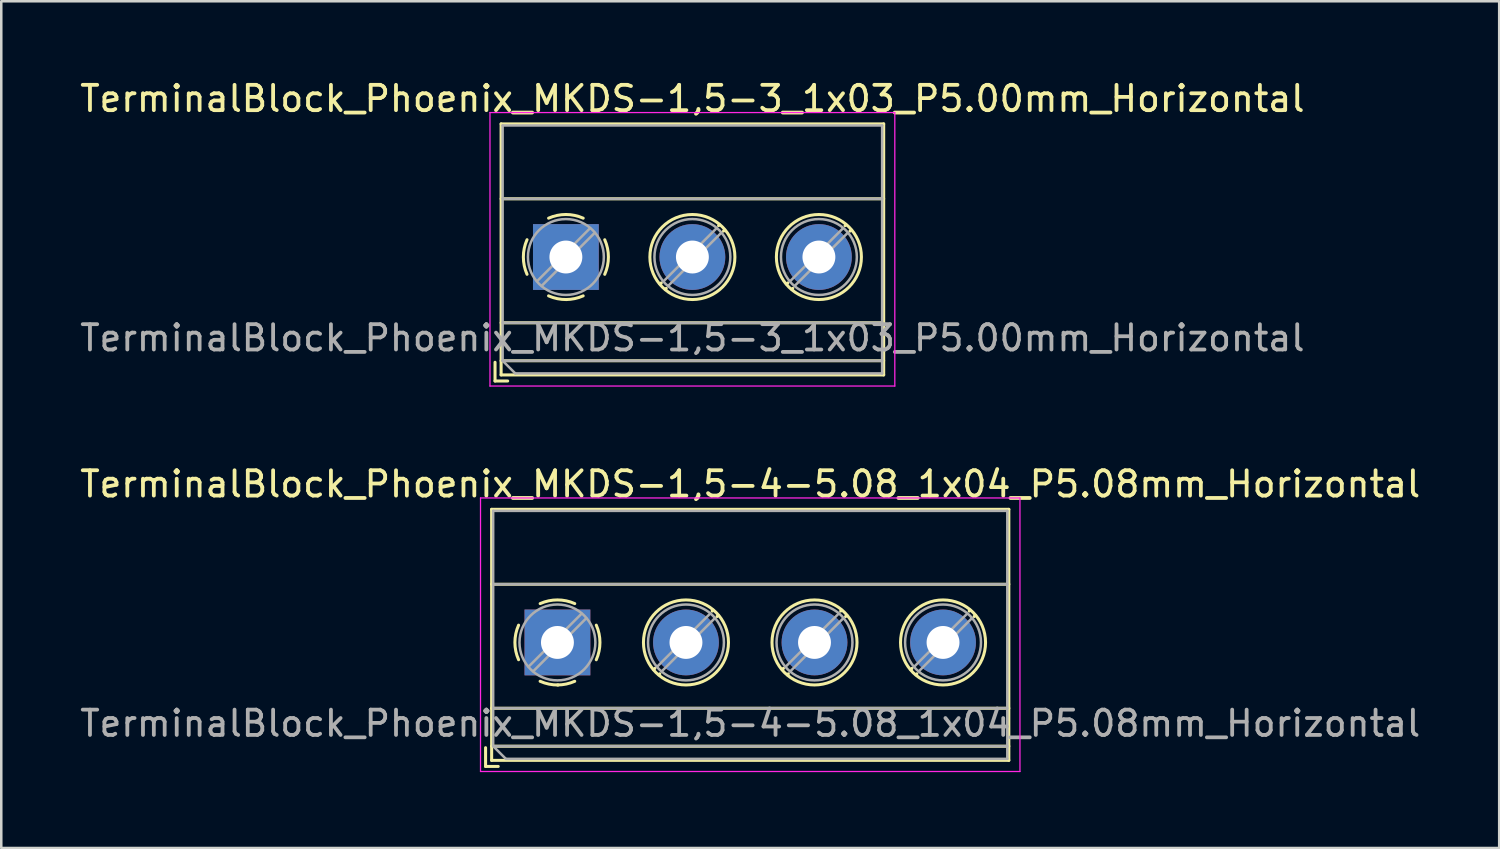
<source format=kicad_pcb>
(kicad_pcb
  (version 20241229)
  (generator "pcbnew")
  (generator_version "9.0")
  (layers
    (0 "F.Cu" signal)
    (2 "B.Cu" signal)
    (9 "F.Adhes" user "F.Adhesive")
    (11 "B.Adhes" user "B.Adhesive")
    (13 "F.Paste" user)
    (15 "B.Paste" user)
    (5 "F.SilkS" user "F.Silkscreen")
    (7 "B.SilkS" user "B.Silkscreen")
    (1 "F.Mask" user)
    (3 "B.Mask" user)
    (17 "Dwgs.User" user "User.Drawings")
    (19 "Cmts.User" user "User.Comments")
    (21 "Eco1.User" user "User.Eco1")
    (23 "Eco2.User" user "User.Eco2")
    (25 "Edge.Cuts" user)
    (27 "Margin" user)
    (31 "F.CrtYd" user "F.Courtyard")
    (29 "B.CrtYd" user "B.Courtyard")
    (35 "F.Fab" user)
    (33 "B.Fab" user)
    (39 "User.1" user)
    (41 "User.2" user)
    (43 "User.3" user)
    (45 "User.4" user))
  (footprint "TerminalBlock_Phoenix_MKDS-1,5-3_1x03_P5.00mm_Horizontal"
    (layer "F.Cu")
    (at 19.315 7.108)
    (property "Reference" "TerminalBlock_Phoenix_MKDS-1,5-3_1x03_P5.00mm_Horizontal" (at 5 -6.26 0) (layer "F.SilkS") (effects (font (size 1 1) (thickness 0.15))))
    (attr through_hole)
    (fp_line (start -2.8 4.16) (end -2.8 4.9) (stroke (width 0.12) (type solid)) (layer "F.SilkS"))
    (fp_line (start -2.8 4.9) (end -2.3 4.9) (stroke (width 0.12) (type solid)) (layer "F.SilkS"))
    (fp_line (start -2.56 -5.261) (end -2.56 4.66) (stroke (width 0.12) (type solid)) (layer "F.SilkS"))
    (fp_line (start -2.56 -5.261) (end 12.56 -5.261) (stroke (width 0.12) (type solid)) (layer "F.SilkS"))
    (fp_line (start -2.56 -2.301) (end 12.56 -2.301) (stroke (width 0.12) (type solid)) (layer "F.SilkS"))
    (fp_line (start -2.56 2.6) (end 12.56 2.6) (stroke (width 0.12) (type solid)) (layer "F.SilkS"))
    (fp_line (start -2.56 4.1) (end 12.56 4.1) (stroke (width 0.12) (type solid)) (layer "F.SilkS"))
    (fp_line (start -2.56 4.66) (end 12.56 4.66) (stroke (width 0.12) (type solid)) (layer "F.SilkS"))
    (fp_line (start 3.773 1.023) (end 3.726 1.069) (stroke (width 0.12) (type solid)) (layer "F.SilkS"))
    (fp_line (start 3.966 1.239) (end 3.931 1.274) (stroke (width 0.12) (type solid)) (layer "F.SilkS"))
    (fp_line (start 6.07 -1.275) (end 6.035 -1.239) (stroke (width 0.12) (type solid)) (layer "F.SilkS"))
    (fp_line (start 6.275 -1.069) (end 6.228 -1.023) (stroke (width 0.12) (type solid)) (layer "F.SilkS"))
    (fp_line (start 8.773 1.023) (end 8.726 1.069) (stroke (width 0.12) (type solid)) (layer "F.SilkS"))
    (fp_line (start 8.966 1.239) (end 8.931 1.274) (stroke (width 0.12) (type solid)) (layer "F.SilkS"))
    (fp_line (start 11.07 -1.275) (end 11.035 -1.239) (stroke (width 0.12) (type solid)) (layer "F.SilkS"))
    (fp_line (start 11.275 -1.069) (end 11.228 -1.023) (stroke (width 0.12) (type solid)) (layer "F.SilkS"))
    (fp_line (start 12.56 -5.261) (end 12.56 4.66) (stroke (width 0.12) (type solid)) (layer "F.SilkS"))
    (fp_arc (start -1.535427 0.683042) (mid -1.680501 -0.000524) (end -1.535 -0.684) (stroke (width 0.12) (type solid)) (layer "F.SilkS"))
    (fp_arc (start -0.683042 -1.535427) (mid 0.000524 -1.680501) (end 0.684 -1.535) (stroke (width 0.12) (type solid)) (layer "F.SilkS"))
    (fp_arc (start 0.028805 1.680253) (mid -0.335551 1.646659) (end -0.684 1.535) (stroke (width 0.12) (type solid)) (layer "F.SilkS"))
    (fp_arc (start 0.683318 1.534756) (mid 0.349292 1.643288) (end 0 1.68) (stroke (width 0.12) (type solid)) (layer "F.SilkS"))
    (fp_arc (start 1.535427 -0.683042) (mid 1.680501 0.000524) (end 1.535 0.684) (stroke (width 0.12) (type solid)) (layer "F.SilkS"))
    (fp_circle (center 5 0) (end 6.68 0) (stroke (width 0.12) (type solid)) (fill no) (layer "F.SilkS"))
    (fp_circle (center 10 0) (end 11.68 0) (stroke (width 0.12) (type solid)) (fill no) (layer "F.SilkS"))
    (fp_line (start -3 -5.71) (end -3 5.1) (stroke (width 0.05) (type solid)) (layer "F.CrtYd"))
    (fp_line (start -3 5.1) (end 13 5.1) (stroke (width 0.05) (type solid)) (layer "F.CrtYd"))
    (fp_line (start 13 -5.71) (end -3 -5.71) (stroke (width 0.05) (type solid)) (layer "F.CrtYd"))
    (fp_line (start 13 5.1) (end 13 -5.71) (stroke (width 0.05) (type solid)) (layer "F.CrtYd"))
    (fp_line (start -2.5 -5.2) (end 12.5 -5.2) (stroke (width 0.1) (type solid)) (layer "F.Fab"))
    (fp_line (start -2.5 -2.3) (end 12.5 -2.3) (stroke (width 0.1) (type solid)) (layer "F.Fab"))
    (fp_line (start -2.5 2.6) (end 12.5 2.6) (stroke (width 0.1) (type solid)) (layer "F.Fab"))
    (fp_line (start -2.5 4.1) (end -2.5 -5.2) (stroke (width 0.1) (type solid)) (layer "F.Fab"))
    (fp_line (start -2.5 4.1) (end 12.5 4.1) (stroke (width 0.1) (type solid)) (layer "F.Fab"))
    (fp_line (start -2 4.6) (end -2.5 4.1) (stroke (width 0.1) (type solid)) (layer "F.Fab"))
    (fp_line (start 0.955 -1.138) (end -1.138 0.955) (stroke (width 0.1) (type solid)) (layer "F.Fab"))
    (fp_line (start 1.138 -0.955) (end -0.955 1.138) (stroke (width 0.1) (type solid)) (layer "F.Fab"))
    (fp_line (start 5.955 -1.138) (end 3.863 0.955) (stroke (width 0.1) (type solid)) (layer "F.Fab"))
    (fp_line (start 6.138 -0.955) (end 4.046 1.138) (stroke (width 0.1) (type solid)) (layer "F.Fab"))
    (fp_line (start 10.955 -1.138) (end 8.863 0.955) (stroke (width 0.1) (type solid)) (layer "F.Fab"))
    (fp_line (start 11.138 -0.955) (end 9.046 1.138) (stroke (width 0.1) (type solid)) (layer "F.Fab"))
    (fp_line (start 12.5 -5.2) (end 12.5 4.6) (stroke (width 0.1) (type solid)) (layer "F.Fab"))
    (fp_line (start 12.5 4.6) (end -2 4.6) (stroke (width 0.1) (type solid)) (layer "F.Fab"))
    (fp_circle (center 0 0) (end 1.5 0) (stroke (width 0.1) (type solid)) (fill no) (layer "F.Fab"))
    (fp_circle (center 5 0) (end 6.5 0) (stroke (width 0.1) (type solid)) (fill no) (layer "F.Fab"))
    (fp_circle (center 10 0) (end 11.5 0) (stroke (width 0.1) (type solid)) (fill no) (layer "F.Fab"))
    (fp_text user "${REFERENCE}" (at 5 3.2 0) (layer "F.Fab") (effects (font (size 1 1) (thickness 0.15))))
    (pad "1" thru_hole rect (at 0 0) (size 2.6 2.6) (drill 1.3) (layers "*.Cu" "*.Mask"))
    (pad "2" thru_hole circle (at 5 0) (size 2.6 2.6) (drill 1.3) (layers "*.Cu" "*.Mask"))
    (pad "3" thru_hole circle (at 10 0) (size 2.6 2.6) (drill 1.3) (layers "*.Cu" "*.Mask")))
  (footprint "TerminalBlock_Phoenix_MKDS-1,5-4-5.08_1x04_P5.08mm_Horizontal"
    (layer "F.Cu")
    (at 18.981 22.341)
    (property "Reference" "TerminalBlock_Phoenix_MKDS-1,5-4-5.08_1x04_P5.08mm_Horizontal" (at 7.62 -6.26 0) (layer "F.SilkS") (effects (font (size 1 1) (thickness 0.15))))
    (attr through_hole)
    (fp_line (start -2.84 4.16) (end -2.84 4.9) (stroke (width 0.12) (type solid)) (layer "F.SilkS"))
    (fp_line (start -2.84 4.9) (end -2.34 4.9) (stroke (width 0.12) (type solid)) (layer "F.SilkS"))
    (fp_line (start -2.6 -5.261) (end -2.6 4.66) (stroke (width 0.12) (type solid)) (layer "F.SilkS"))
    (fp_line (start -2.6 -5.261) (end 17.84 -5.261) (stroke (width 0.12) (type solid)) (layer "F.SilkS"))
    (fp_line (start -2.6 -2.301) (end 17.84 -2.301) (stroke (width 0.12) (type solid)) (layer "F.SilkS"))
    (fp_line (start -2.6 2.6) (end 17.84 2.6) (stroke (width 0.12) (type solid)) (layer "F.SilkS"))
    (fp_line (start -2.6 4.1) (end 17.84 4.1) (stroke (width 0.12) (type solid)) (layer "F.SilkS"))
    (fp_line (start -2.6 4.66) (end 17.84 4.66) (stroke (width 0.12) (type solid)) (layer "F.SilkS"))
    (fp_line (start 3.853 1.023) (end 3.806 1.069) (stroke (width 0.12) (type solid)) (layer "F.SilkS"))
    (fp_line (start 4.046 1.239) (end 4.011 1.274) (stroke (width 0.12) (type solid)) (layer "F.SilkS"))
    (fp_line (start 6.15 -1.275) (end 6.115 -1.239) (stroke (width 0.12) (type solid)) (layer "F.SilkS"))
    (fp_line (start 6.355 -1.069) (end 6.308 -1.023) (stroke (width 0.12) (type solid)) (layer "F.SilkS"))
    (fp_line (start 8.933 1.023) (end 8.886 1.069) (stroke (width 0.12) (type solid)) (layer "F.SilkS"))
    (fp_line (start 9.126 1.239) (end 9.091 1.274) (stroke (width 0.12) (type solid)) (layer "F.SilkS"))
    (fp_line (start 11.23 -1.275) (end 11.195 -1.239) (stroke (width 0.12) (type solid)) (layer "F.SilkS"))
    (fp_line (start 11.435 -1.069) (end 11.388 -1.023) (stroke (width 0.12) (type solid)) (layer "F.SilkS"))
    (fp_line (start 14.013 1.023) (end 13.966 1.069) (stroke (width 0.12) (type solid)) (layer "F.SilkS"))
    (fp_line (start 14.206 1.239) (end 14.171 1.274) (stroke (width 0.12) (type solid)) (layer "F.SilkS"))
    (fp_line (start 16.31 -1.275) (end 16.275 -1.239) (stroke (width 0.12) (type solid)) (layer "F.SilkS"))
    (fp_line (start 16.515 -1.069) (end 16.468 -1.023) (stroke (width 0.12) (type solid)) (layer "F.SilkS"))
    (fp_line (start 17.84 -5.261) (end 17.84 4.66) (stroke (width 0.12) (type solid)) (layer "F.SilkS"))
    (fp_arc (start -1.535427 0.683042) (mid -1.680501 -0.000524) (end -1.535 -0.684) (stroke (width 0.12) (type solid)) (layer "F.SilkS"))
    (fp_arc (start -0.683042 -1.535427) (mid 0.000524 -1.680501) (end 0.684 -1.535) (stroke (width 0.12) (type solid)) (layer "F.SilkS"))
    (fp_arc (start 0.028805 1.680253) (mid -0.335551 1.646659) (end -0.684 1.535) (stroke (width 0.12) (type solid)) (layer "F.SilkS"))
    (fp_arc (start 0.683318 1.534756) (mid 0.349292 1.643288) (end 0 1.68) (stroke (width 0.12) (type solid)) (layer "F.SilkS"))
    (fp_arc (start 1.535427 -0.683042) (mid 1.680501 0.000524) (end 1.535 0.684) (stroke (width 0.12) (type solid)) (layer "F.SilkS"))
    (fp_circle (center 5.08 0) (end 6.76 0) (stroke (width 0.12) (type solid)) (fill no) (layer "F.SilkS"))
    (fp_circle (center 10.16 0) (end 11.84 0) (stroke (width 0.12) (type solid)) (fill no) (layer "F.SilkS"))
    (fp_circle (center 15.24 0) (end 16.92 0) (stroke (width 0.12) (type solid)) (fill no) (layer "F.SilkS"))
    (fp_line (start -3.04 -5.71) (end -3.04 5.1) (stroke (width 0.05) (type solid)) (layer "F.CrtYd"))
    (fp_line (start -3.04 5.1) (end 18.28 5.1) (stroke (width 0.05) (type solid)) (layer "F.CrtYd"))
    (fp_line (start 18.28 -5.71) (end -3.04 -5.71) (stroke (width 0.05) (type solid)) (layer "F.CrtYd"))
    (fp_line (start 18.28 5.1) (end 18.28 -5.71) (stroke (width 0.05) (type solid)) (layer "F.CrtYd"))
    (fp_line (start -2.54 -5.2) (end 17.78 -5.2) (stroke (width 0.1) (type solid)) (layer "F.Fab"))
    (fp_line (start -2.54 -2.3) (end 17.78 -2.3) (stroke (width 0.1) (type solid)) (layer "F.Fab"))
    (fp_line (start -2.54 2.6) (end 17.78 2.6) (stroke (width 0.1) (type solid)) (layer "F.Fab"))
    (fp_line (start -2.54 4.1) (end -2.54 -5.2) (stroke (width 0.1) (type solid)) (layer "F.Fab"))
    (fp_line (start -2.54 4.1) (end 17.78 4.1) (stroke (width 0.1) (type solid)) (layer "F.Fab"))
    (fp_line (start -2.04 4.6) (end -2.54 4.1) (stroke (width 0.1) (type solid)) (layer "F.Fab"))
    (fp_line (start 0.955 -1.138) (end -1.138 0.955) (stroke (width 0.1) (type solid)) (layer "F.Fab"))
    (fp_line (start 1.138 -0.955) (end -0.955 1.138) (stroke (width 0.1) (type solid)) (layer "F.Fab"))
    (fp_line (start 6.035 -1.138) (end 3.943 0.955) (stroke (width 0.1) (type solid)) (layer "F.Fab"))
    (fp_line (start 6.218 -0.955) (end 4.126 1.138) (stroke (width 0.1) (type solid)) (layer "F.Fab"))
    (fp_line (start 11.115 -1.138) (end 9.023 0.955) (stroke (width 0.1) (type solid)) (layer "F.Fab"))
    (fp_line (start 11.298 -0.955) (end 9.206 1.138) (stroke (width 0.1) (type solid)) (layer "F.Fab"))
    (fp_line (start 16.195 -1.138) (end 14.103 0.955) (stroke (width 0.1) (type solid)) (layer "F.Fab"))
    (fp_line (start 16.378 -0.955) (end 14.286 1.138) (stroke (width 0.1) (type solid)) (layer "F.Fab"))
    (fp_line (start 17.78 -5.2) (end 17.78 4.6) (stroke (width 0.1) (type solid)) (layer "F.Fab"))
    (fp_line (start 17.78 4.6) (end -2.04 4.6) (stroke (width 0.1) (type solid)) (layer "F.Fab"))
    (fp_circle (center 0 0) (end 1.5 0) (stroke (width 0.1) (type solid)) (fill no) (layer "F.Fab"))
    (fp_circle (center 5.08 0) (end 6.58 0) (stroke (width 0.1) (type solid)) (fill no) (layer "F.Fab"))
    (fp_circle (center 10.16 0) (end 11.66 0) (stroke (width 0.1) (type solid)) (fill no) (layer "F.Fab"))
    (fp_circle (center 15.24 0) (end 16.74 0) (stroke (width 0.1) (type solid)) (fill no) (layer "F.Fab"))
    (fp_text user "${REFERENCE}" (at 7.62 3.2 0) (layer "F.Fab") (effects (font (size 1 1) (thickness 0.15))))
    (pad "1" thru_hole rect (at 0 0) (size 2.6 2.6) (drill 1.3) (layers "*.Cu" "*.Mask"))
    (pad "2" thru_hole circle (at 5.08 0) (size 2.6 2.6) (drill 1.3) (layers "*.Cu" "*.Mask"))
    (pad "3" thru_hole circle (at 10.16 0) (size 2.6 2.6) (drill 1.3) (layers "*.Cu" "*.Mask"))
    (pad "4" thru_hole circle (at 15.24 0) (size 2.6 2.6) (drill 1.3) (layers "*.Cu" "*.Mask")))
  (gr_rect
    (start -3 -3)
    (end 56.202 30.466)
    (stroke (width 0.1) (type default))
    (fill no)
    (layer "Edge.Cuts")))
</source>
